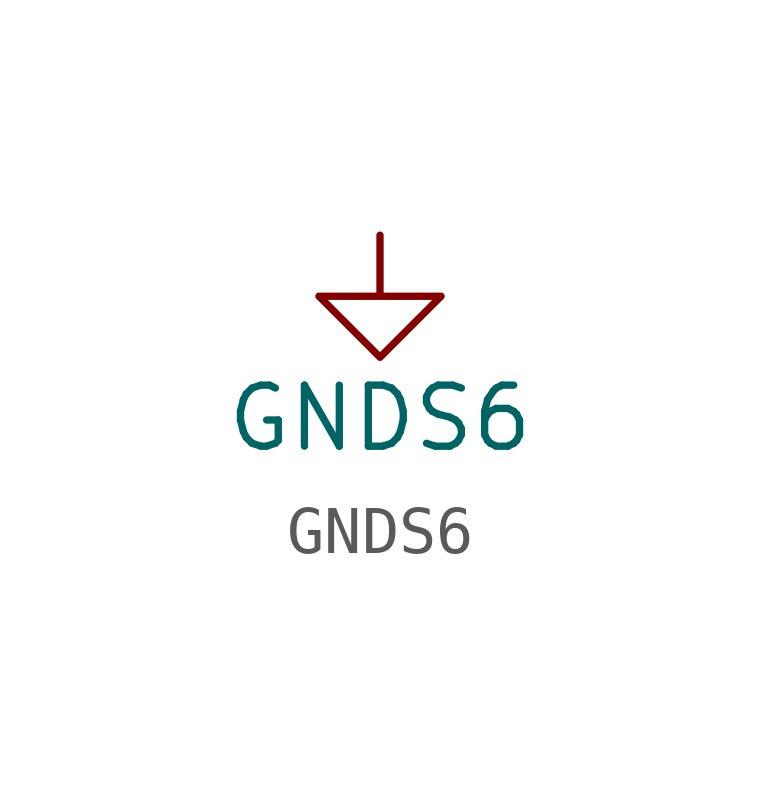
<source format=kicad_sym>
(kicad_symbol_lib
  (version 20220914)
  (generator kicad_symbol_editor)
  (symbol "GNDS6"
    (power)
    (pin_names
      (offset 0))
    (property "Reference" "#PWR"
      (at 0 -6.35 0)
      (effects (font (size 1.27 1.27)) hide))
    (property "Value" "GNDS6"
      (at 0 -3.81 0)
      (effects (font (size 1.27 1.27))))
    (symbol "GNDS6_0_1"
      (polyline (pts (xy 0 0) (xy 0 -1.27) (xy 1.27 -1.27) (xy 0 -2.54) (xy -1.27 -1.27) (xy 0 -1.27)) (stroke (width 0) (type default)) (fill (type none))))
    (symbol "GNDS6_1_1"
      (pin power_in line (at 0 0 270) (length 0) hide (name "GNDS6" (effects (font (size 1.27 1.27)))) (number "1" (effects (font (size 1.27 1.27))))))))
</source>
